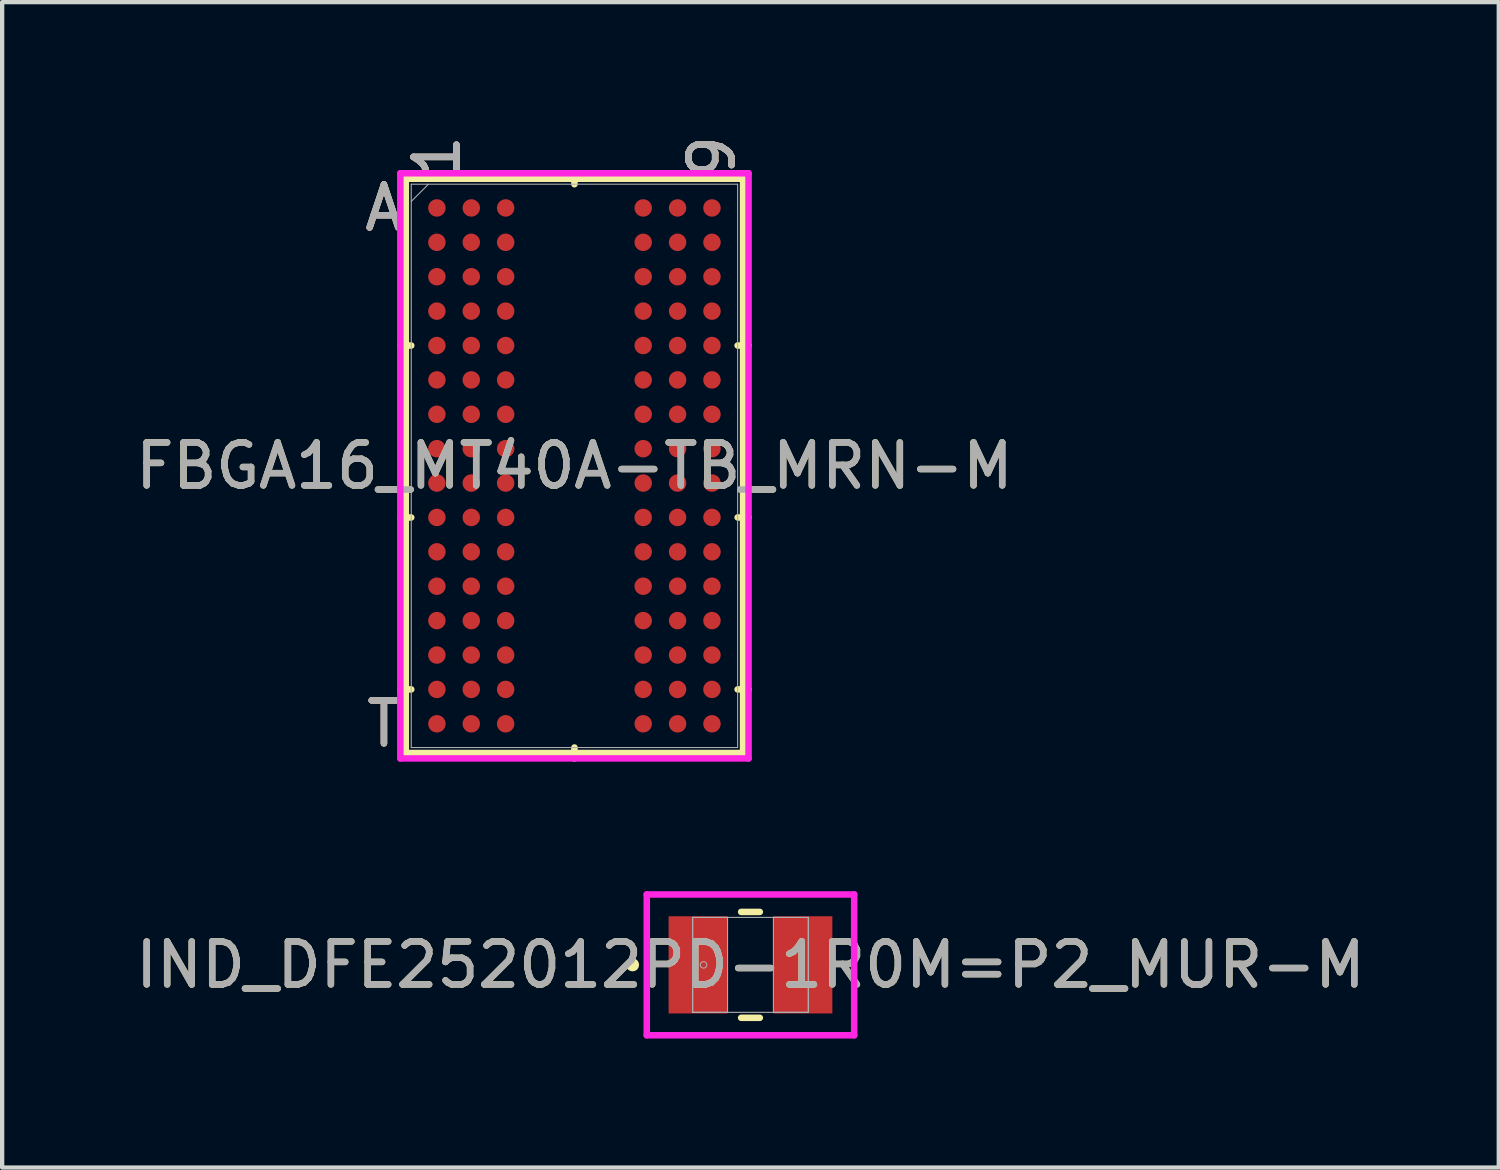
<source format=kicad_pcb>
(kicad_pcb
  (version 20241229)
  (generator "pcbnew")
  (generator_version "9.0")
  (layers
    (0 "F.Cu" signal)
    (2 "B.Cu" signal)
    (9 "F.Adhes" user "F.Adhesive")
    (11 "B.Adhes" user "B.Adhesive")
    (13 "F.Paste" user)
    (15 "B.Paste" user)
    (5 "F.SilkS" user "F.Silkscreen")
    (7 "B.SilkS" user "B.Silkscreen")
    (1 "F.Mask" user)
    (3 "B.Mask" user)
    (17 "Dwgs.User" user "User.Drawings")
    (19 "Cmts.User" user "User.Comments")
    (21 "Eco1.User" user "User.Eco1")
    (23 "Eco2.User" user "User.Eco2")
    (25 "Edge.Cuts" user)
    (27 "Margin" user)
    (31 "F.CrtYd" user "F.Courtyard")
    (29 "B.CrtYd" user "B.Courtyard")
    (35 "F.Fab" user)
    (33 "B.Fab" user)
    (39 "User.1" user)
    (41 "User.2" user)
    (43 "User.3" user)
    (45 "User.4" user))
  (footprint "FBGA16_MT40A-TB_MRN-M"
    (layer "F.Cu")
    (at 10.315 7.789)
    (property "Reference" "FBGA16_MT40A-TB_MRN-M" (at 0 0 0) (unlocked yes) (layer "F.SilkS") (effects (font (size 1 1) (thickness 0.15))))
    (attr smd)
    (fp_line (start -3.924 -6.68) (end -3.924 6.68) (stroke (width 0.152) (type solid)) (layer "F.SilkS"))
    (fp_line (start -3.924 6.68) (end 3.924 6.68) (stroke (width 0.152) (type solid)) (layer "F.SilkS"))
    (fp_line (start -3.797 -2.8) (end -4.051 -2.8) (stroke (width 0.152) (type solid)) (layer "F.SilkS"))
    (fp_line (start -3.797 1.2) (end -4.051 1.2) (stroke (width 0.152) (type solid)) (layer "F.SilkS"))
    (fp_line (start -3.797 5.201) (end -4.051 5.201) (stroke (width 0.152) (type solid)) (layer "F.SilkS"))
    (fp_line (start 0 -6.553) (end 0 -6.807) (stroke (width 0.152) (type solid)) (layer "F.SilkS"))
    (fp_line (start 0 6.553) (end 0 6.807) (stroke (width 0.152) (type solid)) (layer "F.SilkS"))
    (fp_line (start 3.797 -2.8) (end 4.051 -2.8) (stroke (width 0.152) (type solid)) (layer "F.SilkS"))
    (fp_line (start 3.797 1.2) (end 4.051 1.2) (stroke (width 0.152) (type solid)) (layer "F.SilkS"))
    (fp_line (start 3.797 5.201) (end 4.051 5.201) (stroke (width 0.152) (type solid)) (layer "F.SilkS"))
    (fp_line (start 3.924 -6.68) (end -3.924 -6.68) (stroke (width 0.152) (type solid)) (layer "F.SilkS"))
    (fp_line (start 3.924 6.68) (end 3.924 -6.68) (stroke (width 0.152) (type solid)) (layer "F.SilkS"))
    (fp_poly (pts (xy -4.045 -6.845) (xy 4.045 -6.845) (xy 4.045 6.845) (xy -4.045 6.845)) (stroke (width 0.1) (type solid)) (fill no) (layer "Eco2.User"))
    (fp_line (start -4.051 -6.807) (end 4.051 -6.807) (stroke (width 0.152) (type solid)) (layer "F.CrtYd"))
    (fp_line (start -4.051 6.807) (end -4.051 -6.807) (stroke (width 0.152) (type solid)) (layer "F.CrtYd"))
    (fp_line (start 4.051 -6.807) (end 4.051 6.807) (stroke (width 0.152) (type solid)) (layer "F.CrtYd"))
    (fp_line (start 4.051 6.807) (end -4.051 6.807) (stroke (width 0.152) (type solid)) (layer "F.CrtYd"))
    (fp_line (start -3.797 -6.553) (end -3.797 6.553) (stroke (width 0.025) (type solid)) (layer "F.Fab"))
    (fp_line (start -3.797 6.553) (end 3.797 6.553) (stroke (width 0.025) (type solid)) (layer "F.Fab"))
    (fp_line (start -3.397 -6.553) (end -3.797 -6.153) (stroke (width 0.025) (type solid)) (layer "F.Fab"))
    (fp_line (start 3.797 -6.553) (end -3.797 -6.553) (stroke (width 0.025) (type solid)) (layer "F.Fab"))
    (fp_line (start 3.797 6.553) (end 3.797 -6.553) (stroke (width 0.025) (type solid)) (layer "F.Fab"))
    (fp_text user "9" (at 3.2 -7.188 90) (unlocked yes) (layer "F.SilkS") (effects (font (size 1 1) (thickness 0.15))))
    (fp_text user "A" (at -4.432 -6.001 0) (unlocked yes) (layer "F.SilkS") (effects (font (size 1 1) (thickness 0.15))))
    (fp_text user "T" (at -4.432 6.001 0) (unlocked yes) (layer "F.SilkS") (effects (font (size 1 1) (thickness 0.15))))
    (fp_text user "1" (at -3.2 -7.188 90) (unlocked yes) (layer "F.SilkS") (effects (font (size 1 1) (thickness 0.15))))
    (fp_text user "A" (at -4.432 -6.001 0) (unlocked yes) (layer "B.SilkS") (effects (font (size 1 1) (thickness 0.15))))
    (fp_text user "T" (at -4.432 6.001 0) (unlocked yes) (layer "B.SilkS") (effects (font (size 1 1) (thickness 0.15))))
    (fp_text user "9" (at 3.2 -7.188 90) (unlocked yes) (layer "B.SilkS") (effects (font (size 1 1) (thickness 0.15))))
    (fp_text user "1" (at -3.2 -7.188 90) (unlocked yes) (layer "B.SilkS") (effects (font (size 1 1) (thickness 0.15))))
    (fp_text user "9" (at 3.2 -7.188 90) (unlocked yes) (layer "F.Fab") (effects (font (size 1 1) (thickness 0.15))))
    (fp_text user "1" (at -3.2 -7.188 90) (unlocked yes) (layer "F.Fab") (effects (font (size 1 1) (thickness 0.15))))
    (fp_text user "A" (at -4.432 -6.001 0) (unlocked yes) (layer "F.Fab") (effects (font (size 1 1) (thickness 0.15))))
    (fp_text user "${REFERENCE}" (at 0 0 0) (unlocked yes) (layer "F.Fab") (effects (font (size 1 1) (thickness 0.15))))
    (fp_text user "T" (at -4.432 6.001 0) (unlocked yes) (layer "F.Fab") (effects (font (size 1 1) (thickness 0.15))))
    (pad "A1" smd circle (at -3.2 -6.001) (size 0.406 0.406) (layers "F.Cu" "F.Mask" "F.Paste"))
    (pad "A2" smd circle (at -2.4 -6.001) (size 0.406 0.406) (layers "F.Cu" "F.Mask" "F.Paste"))
    (pad "A3" smd circle (at -1.6 -6.001) (size 0.406 0.406) (layers "F.Cu" "F.Mask" "F.Paste"))
    (pad "A7" smd circle (at 1.6 -6.001) (size 0.406 0.406) (layers "F.Cu" "F.Mask" "F.Paste"))
    (pad "A8" smd circle (at 2.4 -6.001) (size 0.406 0.406) (layers "F.Cu" "F.Mask" "F.Paste"))
    (pad "A9" smd circle (at 3.2 -6.001) (size 0.406 0.406) (layers "F.Cu" "F.Mask" "F.Paste"))
    (pad "B1" smd circle (at -3.2 -5.201) (size 0.406 0.406) (layers "F.Cu" "F.Mask" "F.Paste"))
    (pad "B2" smd circle (at -2.4 -5.201) (size 0.406 0.406) (layers "F.Cu" "F.Mask" "F.Paste"))
    (pad "B3" smd circle (at -1.6 -5.201) (size 0.406 0.406) (layers "F.Cu" "F.Mask" "F.Paste"))
    (pad "B7" smd circle (at 1.6 -5.201) (size 0.406 0.406) (layers "F.Cu" "F.Mask" "F.Paste"))
    (pad "B8" smd circle (at 2.4 -5.201) (size 0.406 0.406) (layers "F.Cu" "F.Mask" "F.Paste"))
    (pad "B9" smd circle (at 3.2 -5.201) (size 0.406 0.406) (layers "F.Cu" "F.Mask" "F.Paste"))
    (pad "C1" smd circle (at -3.2 -4.401) (size 0.406 0.406) (layers "F.Cu" "F.Mask" "F.Paste"))
    (pad "C2" smd circle (at -2.4 -4.401) (size 0.406 0.406) (layers "F.Cu" "F.Mask" "F.Paste"))
    (pad "C3" smd circle (at -1.6 -4.401) (size 0.406 0.406) (layers "F.Cu" "F.Mask" "F.Paste"))
    (pad "C7" smd circle (at 1.6 -4.401) (size 0.406 0.406) (layers "F.Cu" "F.Mask" "F.Paste"))
    (pad "C8" smd circle (at 2.4 -4.401) (size 0.406 0.406) (layers "F.Cu" "F.Mask" "F.Paste"))
    (pad "C9" smd circle (at 3.2 -4.401) (size 0.406 0.406) (layers "F.Cu" "F.Mask" "F.Paste"))
    (pad "D1" smd circle (at -3.2 -3.6) (size 0.406 0.406) (layers "F.Cu" "F.Mask" "F.Paste"))
    (pad "D2" smd circle (at -2.4 -3.6) (size 0.406 0.406) (layers "F.Cu" "F.Mask" "F.Paste"))
    (pad "D3" smd circle (at -1.6 -3.6) (size 0.406 0.406) (layers "F.Cu" "F.Mask" "F.Paste"))
    (pad "D7" smd circle (at 1.6 -3.6) (size 0.406 0.406) (layers "F.Cu" "F.Mask" "F.Paste"))
    (pad "D8" smd circle (at 2.4 -3.6) (size 0.406 0.406) (layers "F.Cu" "F.Mask" "F.Paste"))
    (pad "D9" smd circle (at 3.2 -3.6) (size 0.406 0.406) (layers "F.Cu" "F.Mask" "F.Paste"))
    (pad "E1" smd circle (at -3.2 -2.8) (size 0.406 0.406) (layers "F.Cu" "F.Mask" "F.Paste"))
    (pad "E2" smd circle (at -2.4 -2.8) (size 0.406 0.406) (layers "F.Cu" "F.Mask" "F.Paste"))
    (pad "E3" smd circle (at -1.6 -2.8) (size 0.406 0.406) (layers "F.Cu" "F.Mask" "F.Paste"))
    (pad "E7" smd circle (at 1.6 -2.8) (size 0.406 0.406) (layers "F.Cu" "F.Mask" "F.Paste"))
    (pad "E8" smd circle (at 2.4 -2.8) (size 0.406 0.406) (layers "F.Cu" "F.Mask" "F.Paste"))
    (pad "E9" smd circle (at 3.2 -2.8) (size 0.406 0.406) (layers "F.Cu" "F.Mask" "F.Paste"))
    (pad "F1" smd circle (at -3.2 -2) (size 0.406 0.406) (layers "F.Cu" "F.Mask" "F.Paste"))
    (pad "F2" smd circle (at -2.4 -2) (size 0.406 0.406) (layers "F.Cu" "F.Mask" "F.Paste"))
    (pad "F3" smd circle (at -1.6 -2) (size 0.406 0.406) (layers "F.Cu" "F.Mask" "F.Paste"))
    (pad "F7" smd circle (at 1.6 -2) (size 0.406 0.406) (layers "F.Cu" "F.Mask" "F.Paste"))
    (pad "F8" smd circle (at 2.4 -2) (size 0.406 0.406) (layers "F.Cu" "F.Mask" "F.Paste"))
    (pad "F9" smd circle (at 3.2 -2) (size 0.406 0.406) (layers "F.Cu" "F.Mask" "F.Paste"))
    (pad "G1" smd circle (at -3.2 -1.2) (size 0.406 0.406) (layers "F.Cu" "F.Mask" "F.Paste"))
    (pad "G2" smd circle (at -2.4 -1.2) (size 0.406 0.406) (layers "F.Cu" "F.Mask" "F.Paste"))
    (pad "G3" smd circle (at -1.6 -1.2) (size 0.406 0.406) (layers "F.Cu" "F.Mask" "F.Paste"))
    (pad "G7" smd circle (at 1.6 -1.2) (size 0.406 0.406) (layers "F.Cu" "F.Mask" "F.Paste"))
    (pad "G8" smd circle (at 2.4 -1.2) (size 0.406 0.406) (layers "F.Cu" "F.Mask" "F.Paste"))
    (pad "G9" smd circle (at 3.2 -1.2) (size 0.406 0.406) (layers "F.Cu" "F.Mask" "F.Paste"))
    (pad "H1" smd circle (at -3.2 -0.4) (size 0.406 0.406) (layers "F.Cu" "F.Mask" "F.Paste"))
    (pad "H2" smd circle (at -2.4 -0.4) (size 0.406 0.406) (layers "F.Cu" "F.Mask" "F.Paste"))
    (pad "H3" smd circle (at -1.6 -0.4) (size 0.406 0.406) (layers "F.Cu" "F.Mask" "F.Paste"))
    (pad "H7" smd circle (at 1.6 -0.4) (size 0.406 0.406) (layers "F.Cu" "F.Mask" "F.Paste"))
    (pad "H8" smd circle (at 2.4 -0.4) (size 0.406 0.406) (layers "F.Cu" "F.Mask" "F.Paste"))
    (pad "H9" smd circle (at 3.2 -0.4) (size 0.406 0.406) (layers "F.Cu" "F.Mask" "F.Paste"))
    (pad "J1" smd circle (at -3.2 0.4) (size 0.406 0.406) (layers "F.Cu" "F.Mask" "F.Paste"))
    (pad "J2" smd circle (at -2.4 0.4) (size 0.406 0.406) (layers "F.Cu" "F.Mask" "F.Paste"))
    (pad "J3" smd circle (at -1.6 0.4) (size 0.406 0.406) (layers "F.Cu" "F.Mask" "F.Paste"))
    (pad "J7" smd circle (at 1.6 0.4) (size 0.406 0.406) (layers "F.Cu" "F.Mask" "F.Paste"))
    (pad "J8" smd circle (at 2.4 0.4) (size 0.406 0.406) (layers "F.Cu" "F.Mask" "F.Paste"))
    (pad "J9" smd circle (at 3.2 0.4) (size 0.406 0.406) (layers "F.Cu" "F.Mask" "F.Paste"))
    (pad "K1" smd circle (at -3.2 1.2) (size 0.406 0.406) (layers "F.Cu" "F.Mask" "F.Paste"))
    (pad "K2" smd circle (at -2.4 1.2) (size 0.406 0.406) (layers "F.Cu" "F.Mask" "F.Paste"))
    (pad "K3" smd circle (at -1.6 1.2) (size 0.406 0.406) (layers "F.Cu" "F.Mask" "F.Paste"))
    (pad "K7" smd circle (at 1.6 1.2) (size 0.406 0.406) (layers "F.Cu" "F.Mask" "F.Paste"))
    (pad "K8" smd circle (at 2.4 1.2) (size 0.406 0.406) (layers "F.Cu" "F.Mask" "F.Paste"))
    (pad "K9" smd circle (at 3.2 1.2) (size 0.406 0.406) (layers "F.Cu" "F.Mask" "F.Paste"))
    (pad "L1" smd circle (at -3.2 2) (size 0.406 0.406) (layers "F.Cu" "F.Mask" "F.Paste"))
    (pad "L2" smd circle (at -2.4 2) (size 0.406 0.406) (layers "F.Cu" "F.Mask" "F.Paste"))
    (pad "L3" smd circle (at -1.6 2) (size 0.406 0.406) (layers "F.Cu" "F.Mask" "F.Paste"))
    (pad "L7" smd circle (at 1.6 2) (size 0.406 0.406) (layers "F.Cu" "F.Mask" "F.Paste"))
    (pad "L8" smd circle (at 2.4 2) (size 0.406 0.406) (layers "F.Cu" "F.Mask" "F.Paste"))
    (pad "L9" smd circle (at 3.2 2) (size 0.406 0.406) (layers "F.Cu" "F.Mask" "F.Paste"))
    (pad "M1" smd circle (at -3.2 2.8) (size 0.406 0.406) (layers "F.Cu" "F.Mask" "F.Paste"))
    (pad "M2" smd circle (at -2.4 2.8) (size 0.406 0.406) (layers "F.Cu" "F.Mask" "F.Paste"))
    (pad "M3" smd circle (at -1.6 2.8) (size 0.406 0.406) (layers "F.Cu" "F.Mask" "F.Paste"))
    (pad "M7" smd circle (at 1.6 2.8) (size 0.406 0.406) (layers "F.Cu" "F.Mask" "F.Paste"))
    (pad "M8" smd circle (at 2.4 2.8) (size 0.406 0.406) (layers "F.Cu" "F.Mask" "F.Paste"))
    (pad "M9" smd circle (at 3.2 2.8) (size 0.406 0.406) (layers "F.Cu" "F.Mask" "F.Paste"))
    (pad "N1" smd circle (at -3.2 3.6) (size 0.406 0.406) (layers "F.Cu" "F.Mask" "F.Paste"))
    (pad "N2" smd circle (at -2.4 3.6) (size 0.406 0.406) (layers "F.Cu" "F.Mask" "F.Paste"))
    (pad "N3" smd circle (at -1.6 3.6) (size 0.406 0.406) (layers "F.Cu" "F.Mask" "F.Paste"))
    (pad "N7" smd circle (at 1.6 3.6) (size 0.406 0.406) (layers "F.Cu" "F.Mask" "F.Paste"))
    (pad "N8" smd circle (at 2.4 3.6) (size 0.406 0.406) (layers "F.Cu" "F.Mask" "F.Paste"))
    (pad "N9" smd circle (at 3.2 3.6) (size 0.406 0.406) (layers "F.Cu" "F.Mask" "F.Paste"))
    (pad "P1" smd circle (at -3.2 4.401) (size 0.406 0.406) (layers "F.Cu" "F.Mask" "F.Paste"))
    (pad "P2" smd circle (at -2.4 4.401) (size 0.406 0.406) (layers "F.Cu" "F.Mask" "F.Paste"))
    (pad "P3" smd circle (at -1.6 4.401) (size 0.406 0.406) (layers "F.Cu" "F.Mask" "F.Paste"))
    (pad "P7" smd circle (at 1.6 4.401) (size 0.406 0.406) (layers "F.Cu" "F.Mask" "F.Paste"))
    (pad "P8" smd circle (at 2.4 4.401) (size 0.406 0.406) (layers "F.Cu" "F.Mask" "F.Paste"))
    (pad "P9" smd circle (at 3.2 4.401) (size 0.406 0.406) (layers "F.Cu" "F.Mask" "F.Paste"))
    (pad "R1" smd circle (at -3.2 5.201) (size 0.406 0.406) (layers "F.Cu" "F.Mask" "F.Paste"))
    (pad "R2" smd circle (at -2.4 5.201) (size 0.406 0.406) (layers "F.Cu" "F.Mask" "F.Paste"))
    (pad "R3" smd circle (at -1.6 5.201) (size 0.406 0.406) (layers "F.Cu" "F.Mask" "F.Paste"))
    (pad "R7" smd circle (at 1.6 5.201) (size 0.406 0.406) (layers "F.Cu" "F.Mask" "F.Paste"))
    (pad "R8" smd circle (at 2.4 5.201) (size 0.406 0.406) (layers "F.Cu" "F.Mask" "F.Paste"))
    (pad "R9" smd circle (at 3.2 5.201) (size 0.406 0.406) (layers "F.Cu" "F.Mask" "F.Paste"))
    (pad "T1" smd circle (at -3.2 6.001) (size 0.406 0.406) (layers "F.Cu" "F.Mask" "F.Paste"))
    (pad "T2" smd circle (at -2.4 6.001) (size 0.406 0.406) (layers "F.Cu" "F.Mask" "F.Paste"))
    (pad "T3" smd circle (at -1.6 6.001) (size 0.406 0.406) (layers "F.Cu" "F.Mask" "F.Paste"))
    (pad "T7" smd circle (at 1.6 6.001) (size 0.406 0.406) (layers "F.Cu" "F.Mask" "F.Paste"))
    (pad "T8" smd circle (at 2.4 6.001) (size 0.406 0.406) (layers "F.Cu" "F.Mask" "F.Paste"))
    (pad "T9" smd circle (at 3.2 6.001) (size 0.406 0.406) (layers "F.Cu" "F.Mask" "F.Paste")))
  (footprint "IND_DFE252012PD-1R0M=P2_MUR-M"
    (layer "F.Cu")
    (at 14.411 19.399)
    (property "Reference" "IND_DFE252012PD-1R0M=P2_MUR-M" (at 0 0 0) (unlocked yes) (layer "F.SilkS") (effects (font (size 1 1) (thickness 0.15))))
    (attr smd)
    (fp_line (start -0.217 1.232) (end 0.217 1.232) (stroke (width 0.152) (type solid)) (layer "F.SilkS"))
    (fp_line (start 0.217 -1.232) (end -0.217 -1.232) (stroke (width 0.152) (type solid)) (layer "F.SilkS"))
    (fp_circle (center -2.743 0) (end -2.667 0) (stroke (width 0.152) (type solid)) (fill no) (layer "F.SilkS"))
    (fp_line (start -2.413 -1.638) (end 2.413 -1.638) (stroke (width 0.152) (type solid)) (layer "F.CrtYd"))
    (fp_line (start -2.413 1.638) (end -2.413 -1.638) (stroke (width 0.152) (type solid)) (layer "F.CrtYd"))
    (fp_line (start 2.413 -1.638) (end 2.413 1.638) (stroke (width 0.152) (type solid)) (layer "F.CrtYd"))
    (fp_line (start 2.413 1.638) (end -2.413 1.638) (stroke (width 0.152) (type solid)) (layer "F.CrtYd"))
    (fp_line (start -1.346 -1.105) (end -1.346 1.105) (stroke (width 0.025) (type solid)) (layer "F.Fab"))
    (fp_line (start -1.346 -1.105) (end -1.346 1.105) (stroke (width 0.025) (type solid)) (layer "F.Fab"))
    (fp_line (start -1.346 1.105) (end -0.533 1.105) (stroke (width 0.025) (type solid)) (layer "F.Fab"))
    (fp_line (start -1.346 1.105) (end 1.346 1.105) (stroke (width 0.025) (type solid)) (layer "F.Fab"))
    (fp_line (start -0.533 -1.105) (end -1.346 -1.105) (stroke (width 0.025) (type solid)) (layer "F.Fab"))
    (fp_line (start -0.533 1.105) (end -0.533 -1.105) (stroke (width 0.025) (type solid)) (layer "F.Fab"))
    (fp_line (start 0.533 -1.105) (end 0.533 1.105) (stroke (width 0.025) (type solid)) (layer "F.Fab"))
    (fp_line (start 0.533 1.105) (end 1.346 1.105) (stroke (width 0.025) (type solid)) (layer "F.Fab"))
    (fp_line (start 1.346 -1.105) (end -1.346 -1.105) (stroke (width 0.025) (type solid)) (layer "F.Fab"))
    (fp_line (start 1.346 -1.105) (end 0.533 -1.105) (stroke (width 0.025) (type solid)) (layer "F.Fab"))
    (fp_line (start 1.346 1.105) (end 1.346 -1.105) (stroke (width 0.025) (type solid)) (layer "F.Fab"))
    (fp_line (start 1.346 1.105) (end 1.346 -1.105) (stroke (width 0.025) (type solid)) (layer "F.Fab"))
    (fp_circle (center -1.092 0) (end -1.016 0) (stroke (width 0.025) (type solid)) (fill no) (layer "F.Fab"))
    (fp_text user "${REFERENCE}" (at 0 0 0) (unlocked yes) (layer "F.Fab") (effects (font (size 1 1) (thickness 0.15))))
    (pad "1" smd rect (at -1.219 0) (size 1.372 2.261) (layers "F.Cu" "F.Mask" "F.Paste"))
    (pad "2" smd rect (at 1.219 0) (size 1.372 2.261) (layers "F.Cu" "F.Mask" "F.Paste"))
    (zone (net_name "") (layer "F.Cu") (hatch full 0.508) (connect_pads) (min_thickness 0.254) (filled_areas_thickness no) (keepout (tracks not_allowed) (vias not_allowed) (pads allowed) (copperpour not_allowed) (footprints allowed)) (placement (enabled no)) (fill) (polygon (pts (xy 13.928 18.345) (xy 14.893 18.345) (xy 14.893 20.453) (xy 13.928 20.453)))))
  (gr_rect
    (start -3 -3)
    (end 31.821 24.114)
    (stroke (width 0.1) (type default))
    (fill no)
    (layer "Edge.Cuts")))
</source>
